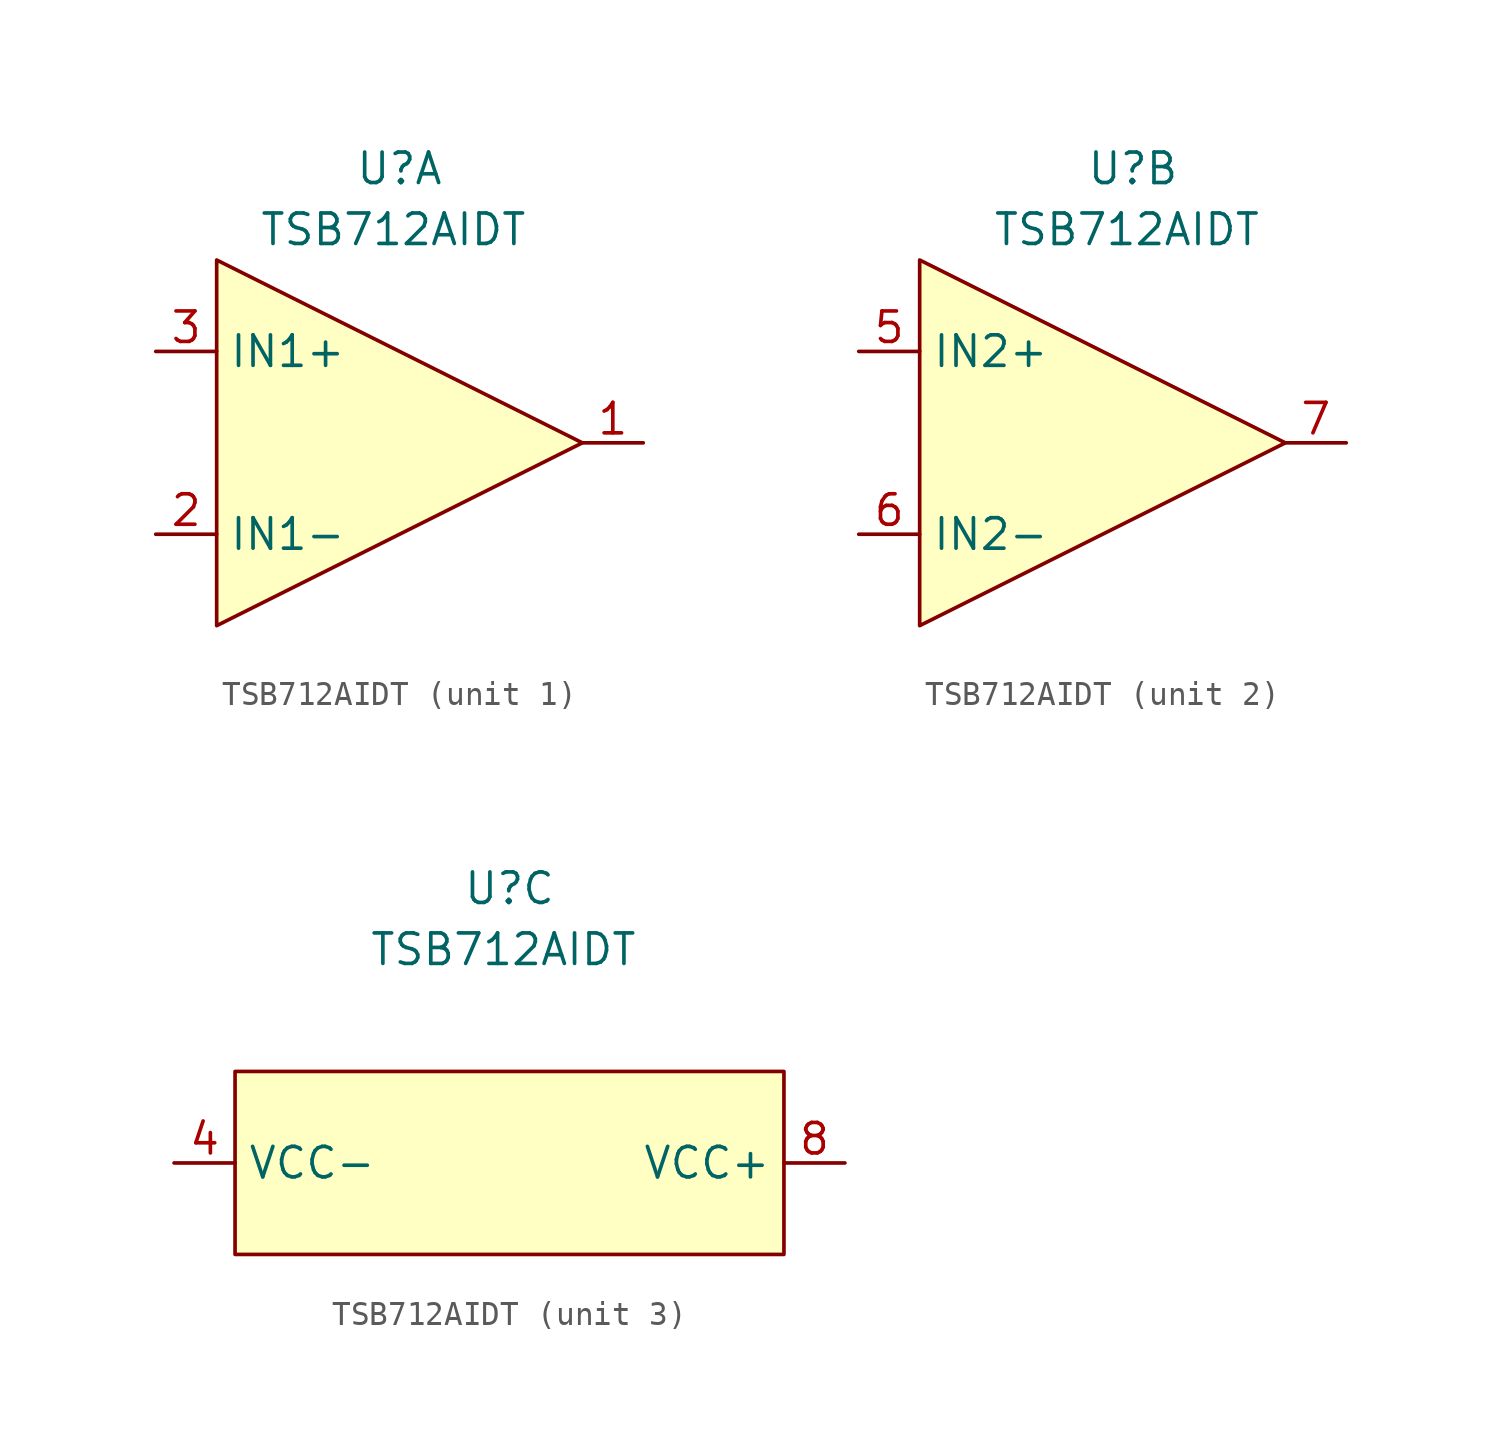
<source format=kicad_sym>
(kicad_symbol_lib
  (version 20241209)
  (generator "kicad_symbol_editor")
  (generator_version "9.0")
  (symbol "TSB712AIDT"
    (property "Reference" "U"
      (at 0 0 0)
      (effects (font (size 1.27 1.27))))
    (property "Value" "TSB712AIDT"
      (at -0.254 -2.54 0)
      (effects (font (size 1.27 1.27))))
    (property "ki_locked" ""
      (at 0 0 0)
      (effects (font (size 1.27 1.27))))
    (symbol "TSB712AIDT_1_1"
      (polyline (pts (xy -7.62 -3.81) (xy -7.62 -19.05) (xy 7.62 -11.43) (xy -7.62 -3.81)) (stroke (width 0) (type solid)) (fill (type color) (color 255 255 195 1)))
      (pin input line (at -10.16 -7.62 0) (length 2.54) (name "IN1+" (effects (font (size 1.27 1.27)))) (number "3" (effects (font (size 1.27 1.27)))))
      (pin input line (at -10.16 -15.24 0) (length 2.54) (name "IN1-" (effects (font (size 1.27 1.27)))) (number "2" (effects (font (size 1.27 1.27)))))
      (pin input line (at 10.16 -11.43 180) (length 2.54) (name "" (effects (font (size 1.27 1.27)))) (number "1" (effects (font (size 1.27 1.27))))))
    (symbol "TSB712AIDT_2_1"
      (polyline (pts (xy -8.89 -3.81) (xy -8.89 -19.05) (xy 6.35 -11.43) (xy -8.89 -3.81)) (stroke (width 0) (type solid)) (fill (type color) (color 255 255 195 1)))
      (pin input line (at -11.43 -7.62 0) (length 2.54) (name "IN2+" (effects (font (size 1.27 1.27)))) (number "5" (effects (font (size 1.27 1.27)))))
      (pin input line (at -11.43 -15.24 0) (length 2.54) (name "IN2-" (effects (font (size 1.27 1.27)))) (number "6" (effects (font (size 1.27 1.27)))))
      (pin input line (at 8.89 -11.43 180) (length 2.54) (name "" (effects (font (size 1.27 1.27)))) (number "7" (effects (font (size 1.27 1.27))))))
    (symbol "TSB712AIDT_3_1"
      (rectangle (start -11.43 -7.62) (end 11.43 -15.24) (stroke (width 0) (type solid)) (fill (type color) (color 255 255 195 1)))
      (pin input line (at -13.97 -11.43 0) (length 2.54) (name "VCC-" (effects (font (size 1.27 1.27)))) (number "4" (effects (font (size 1.27 1.27)))))
      (pin input line (at 13.97 -11.43 180) (length 2.54) (name "VCC+" (effects (font (size 1.27 1.27)))) (number "8" (effects (font (size 1.27 1.27))))))))
</source>
